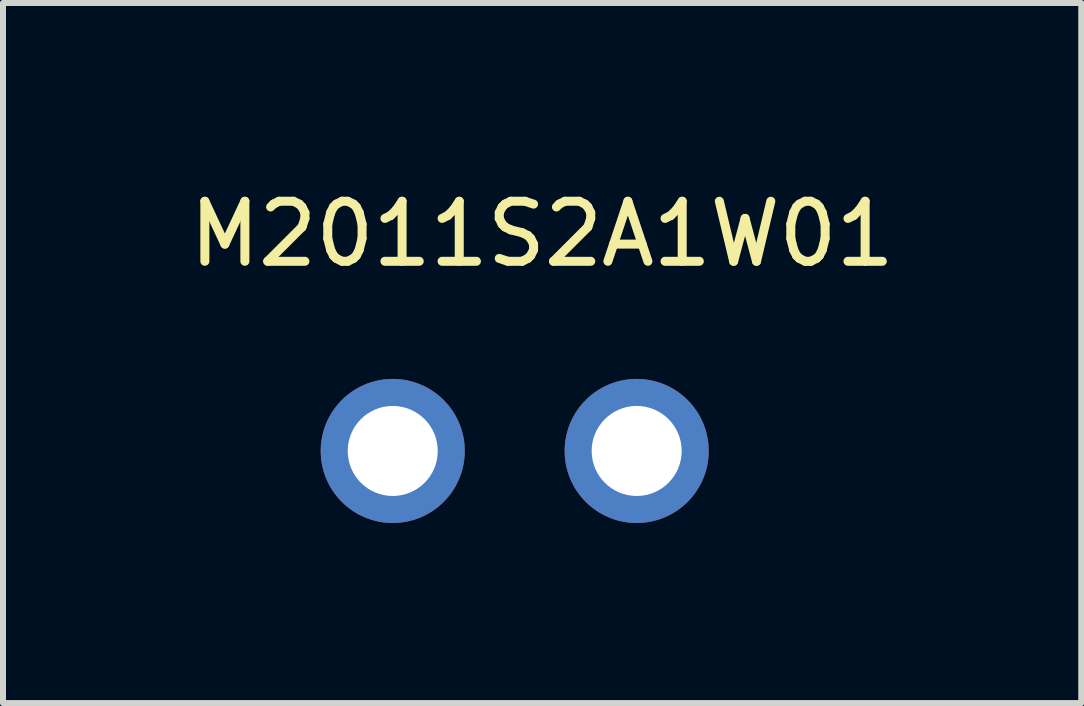
<source format=kicad_pcb>
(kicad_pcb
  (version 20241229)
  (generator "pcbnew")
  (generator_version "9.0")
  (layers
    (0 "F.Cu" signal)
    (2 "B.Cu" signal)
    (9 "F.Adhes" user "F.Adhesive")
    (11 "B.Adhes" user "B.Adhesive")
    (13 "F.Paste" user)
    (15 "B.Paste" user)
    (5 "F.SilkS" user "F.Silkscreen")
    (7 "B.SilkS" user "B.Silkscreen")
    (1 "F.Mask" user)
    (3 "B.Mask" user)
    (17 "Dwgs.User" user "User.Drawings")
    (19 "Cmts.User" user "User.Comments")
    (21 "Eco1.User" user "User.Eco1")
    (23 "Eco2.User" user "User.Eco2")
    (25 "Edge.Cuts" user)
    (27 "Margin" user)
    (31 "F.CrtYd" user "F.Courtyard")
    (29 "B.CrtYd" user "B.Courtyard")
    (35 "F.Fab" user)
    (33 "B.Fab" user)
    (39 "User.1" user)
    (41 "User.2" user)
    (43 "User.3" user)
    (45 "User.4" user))
  (footprint "M2011S2A1W01"
    (layer "F.Cu")
    (at 5.525 4.463)
    (property "Reference" "M2011S2A1W01" (at 0.457 -3.615 0) (layer "F.SilkS") (effects (font (size 1 1) (thickness 0.15))))
    (attr through_hole)
    (pad "1" thru_hole circle (at -2.032 0) (size 2.4 2.4) (drill 1.5) (layers "*.Cu" "*.Mask"))
    (pad "2" thru_hole circle (at 2.032 0) (size 2.4 2.4) (drill 1.5) (layers "*.Cu" "*.Mask")))
  (gr_rect
    (start -3 -3)
    (end 14.964 8.663)
    (stroke (width 0.1) (type default))
    (fill no)
    (layer "Edge.Cuts")))
</source>
